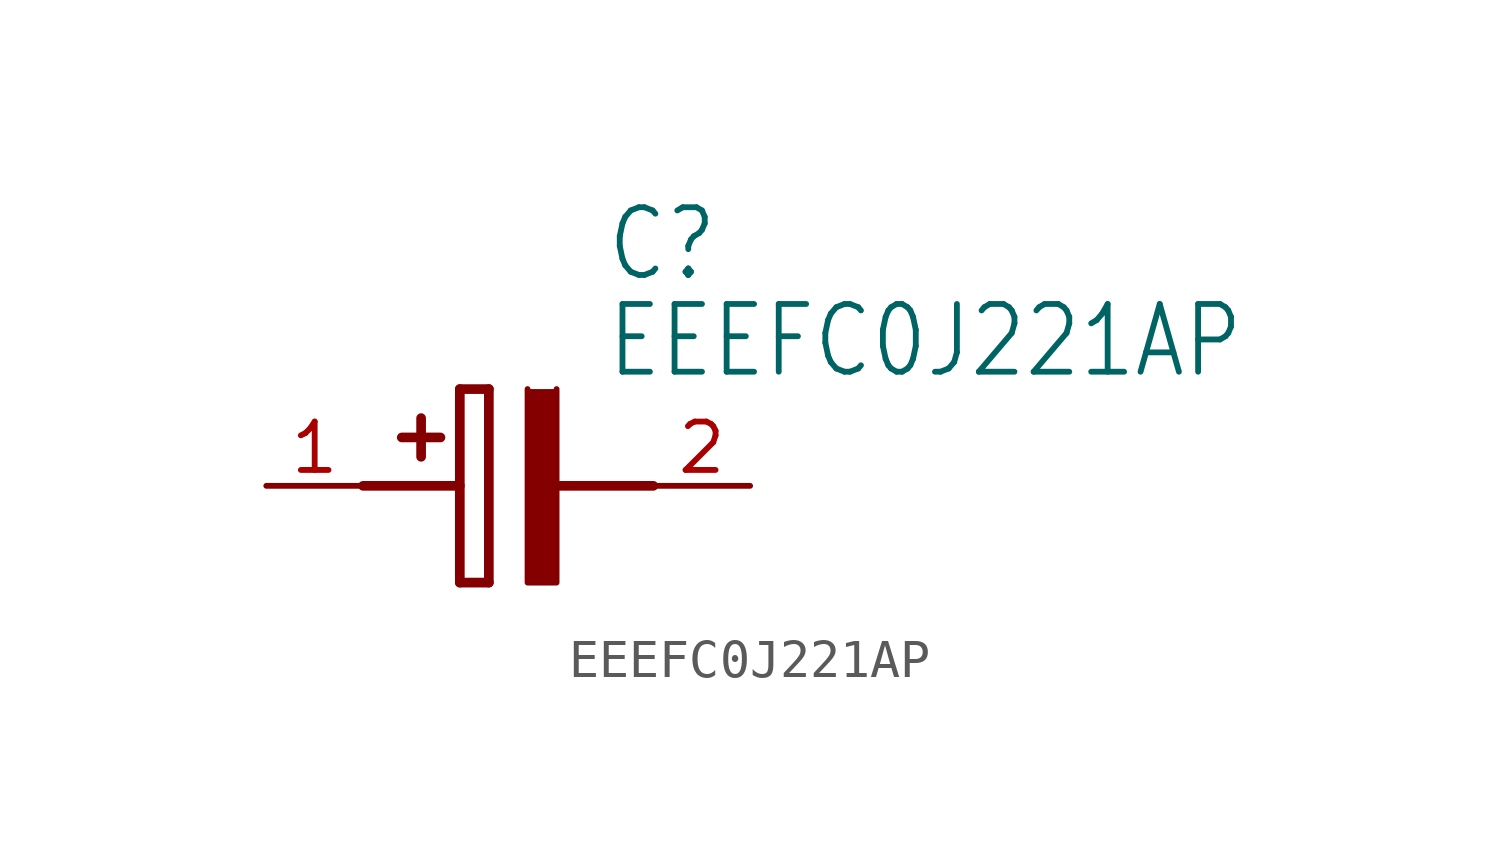
<source format=kicad_sym>
(kicad_symbol_lib
  (version 20211014)
  (generator kicad_symbol_editor)
  (symbol "EEEFC0J221AP"
    (property "Reference" "C"
      (at 8.89 6.35 0)
      (effects (font (size 1.778 1.511)) (justify left)))
    (property "Value" "EEEFC0J221AP"
      (at 8.89 3.81 0)
      (effects (font (size 1.778 1.511)) (justify left)))
    (property "ki_locked" ""
      (at 0 0 0)
      (effects (font (size 1.27 1.27))))
    (symbol "EEEFC0J221AP_1_0"
      (polyline (pts (xy 2.54 0) (xy 5.08 0)) (stroke (width 0.254) (type default) (color 0 0 0 0)) (fill (type none)))
      (polyline (pts (xy 4.064 1.778) (xy 4.064 0.762)) (stroke (width 0.254) (type default) (color 0 0 0 0)) (fill (type none)))
      (polyline (pts (xy 4.572 1.27) (xy 3.556 1.27)) (stroke (width 0.254) (type default) (color 0 0 0 0)) (fill (type none)))
      (polyline (pts (xy 5.08 2.54) (xy 5.08 -2.54)) (stroke (width 0.254) (type default) (color 0 0 0 0)) (fill (type none)))
      (polyline (pts (xy 5.08 2.54) (xy 5.842 2.54)) (stroke (width 0.254) (type default) (color 0 0 0 0)) (fill (type none)))
      (polyline (pts (xy 5.842 -2.54) (xy 5.08 -2.54)) (stroke (width 0.254) (type default) (color 0 0 0 0)) (fill (type none)))
      (polyline (pts (xy 5.842 -2.54) (xy 5.842 2.54)) (stroke (width 0.254) (type default) (color 0 0 0 0)) (fill (type none)))
      (polyline (pts (xy 7.62 0) (xy 10.16 0)) (stroke (width 0.254) (type default) (color 0 0 0 0)) (fill (type none)))
      (polyline (pts (xy 7.62 2.54) (xy 7.62 -2.54) (xy 6.858 -2.54) (xy 6.858 2.54)) (stroke (width 0) (type default) (color 0 0 0 0)) (fill (type outline)))
      (pin bidirectional line (at 0 0 0) (length 2.54) (name "+" (effects (font (size 0 0)))) (number "1" (effects (font (size 1.27 1.27)))))
      (pin bidirectional line (at 12.7 0 180) (length 2.54) (name "-" (effects (font (size 0 0)))) (number "2" (effects (font (size 1.27 1.27))))))))
</source>
